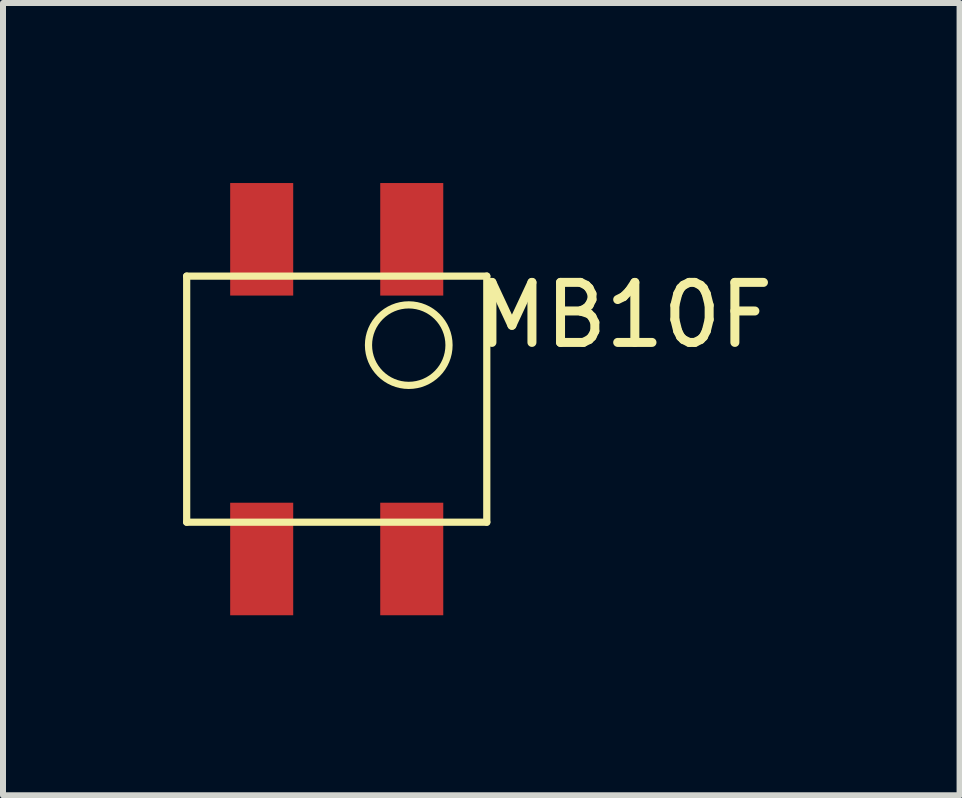
<source format=kicad_pcb>
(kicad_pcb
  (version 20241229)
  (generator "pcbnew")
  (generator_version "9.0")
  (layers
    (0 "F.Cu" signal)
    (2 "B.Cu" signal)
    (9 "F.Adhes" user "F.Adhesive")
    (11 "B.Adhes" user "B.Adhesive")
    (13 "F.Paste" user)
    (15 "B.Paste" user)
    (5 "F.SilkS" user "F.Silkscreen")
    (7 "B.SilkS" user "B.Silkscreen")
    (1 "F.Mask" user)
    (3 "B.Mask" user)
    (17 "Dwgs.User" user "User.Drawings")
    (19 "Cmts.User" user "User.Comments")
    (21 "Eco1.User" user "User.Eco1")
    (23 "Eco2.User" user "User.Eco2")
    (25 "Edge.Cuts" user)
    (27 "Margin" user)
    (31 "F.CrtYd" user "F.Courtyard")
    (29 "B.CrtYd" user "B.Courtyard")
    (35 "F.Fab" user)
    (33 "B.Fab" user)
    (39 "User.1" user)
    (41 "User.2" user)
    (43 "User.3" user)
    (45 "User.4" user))
  (footprint "MB10F"
    (layer "F.Cu")
    (at 2.56 3.6)
    (property "Reference" "MB10F" (at 4.8 -1.4 0) (layer "F.SilkS") (effects (font (size 1 1) (thickness 0.15))))
    (attr through_hole)
    (fp_line (start -2.5 -2.05) (end -2.5 2.05) (stroke (width 0.12) (type solid)) (layer "F.SilkS"))
    (fp_line (start -2.5 -2.05) (end 2.5 -2.05) (stroke (width 0.12) (type solid)) (layer "F.SilkS"))
    (fp_line (start 2.5 2.05) (end -2.5 2.05) (stroke (width 0.12) (type solid)) (layer "F.SilkS"))
    (fp_line (start 2.5 2.05) (end 2.5 -2.05) (stroke (width 0.12) (type solid)) (layer "F.SilkS"))
    (fp_circle (center 1.2 -0.9) (end 1.5 -0.3) (stroke (width 0.12) (type solid)) (fill no) (layer "F.SilkS"))
    (pad "1" smd rect (at 1.25 -2.663) (size 1.05 1.875) (layers "F.Cu" "F.Mask" "F.Paste"))
    (pad "2" smd rect (at 1.25 2.663) (size 1.05 1.875) (layers "F.Cu" "F.Mask" "F.Paste"))
    (pad "3" smd rect (at -1.25 -2.663) (size 1.05 1.875) (layers "F.Cu" "F.Mask" "F.Paste"))
    (pad "4" smd rect (at -1.25 2.663) (size 1.05 1.875) (layers "F.Cu" "F.Mask" "F.Paste")))
  (gr_rect
    (start -3 -3)
    (end 12.937 10.2)
    (stroke (width 0.1) (type default))
    (fill no)
    (layer "Edge.Cuts")))
</source>
